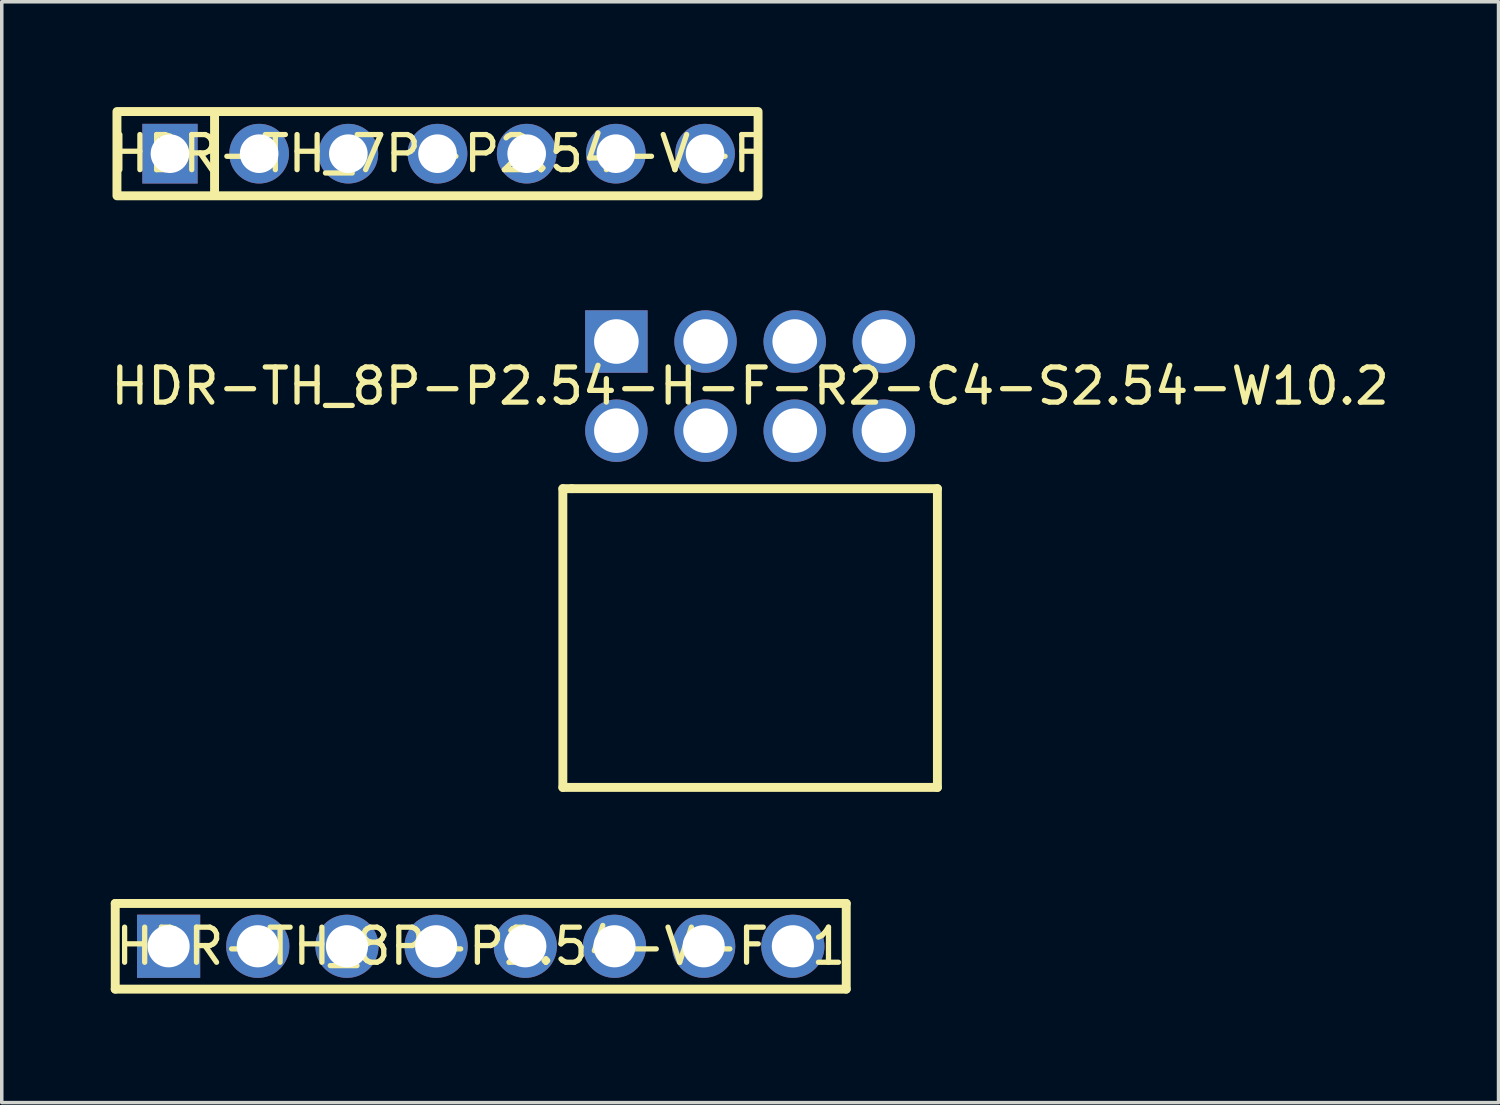
<source format=kicad_pcb>
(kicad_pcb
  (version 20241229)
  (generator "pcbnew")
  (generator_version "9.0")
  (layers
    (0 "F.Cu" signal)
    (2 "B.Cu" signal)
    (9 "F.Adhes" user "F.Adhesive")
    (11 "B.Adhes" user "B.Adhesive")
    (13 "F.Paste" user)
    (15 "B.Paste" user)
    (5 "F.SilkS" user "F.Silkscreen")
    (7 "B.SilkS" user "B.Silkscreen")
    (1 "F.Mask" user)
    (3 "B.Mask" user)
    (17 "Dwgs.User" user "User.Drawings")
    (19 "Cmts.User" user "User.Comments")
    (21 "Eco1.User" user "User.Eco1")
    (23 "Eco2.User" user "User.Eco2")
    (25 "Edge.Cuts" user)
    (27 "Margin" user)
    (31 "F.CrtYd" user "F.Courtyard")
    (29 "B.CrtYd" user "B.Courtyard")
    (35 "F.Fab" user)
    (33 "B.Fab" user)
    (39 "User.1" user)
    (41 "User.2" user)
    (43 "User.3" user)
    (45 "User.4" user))
  (footprint "HDR-TH_8P-P2.54-H-F-R2-C4-S2.54-W10.2"
    (layer "F.Cu")
    (at 18.315 7.947)
    (property "Reference" "HDR-TH_8P-P2.54-H-F-R2-C4-S2.54-W10.2" (at 0 0 0) (layer "F.SilkS") (effects (font (size 1 1) (thickness 0.15))))
    (fp_line (start -5.334 2.921) (end -5.08 2.921) (stroke (width 0.254) (type default)) (layer "F.SilkS"))
    (fp_line (start -5.334 11.43) (end -5.334 2.921) (stroke (width 0.254) (type default)) (layer "F.SilkS"))
    (fp_line (start -5.08 2.921) (end 5.334 2.921) (stroke (width 0.254) (type default)) (layer "F.SilkS"))
    (fp_line (start 5.334 2.921) (end 5.334 11.43) (stroke (width 0.254) (type default)) (layer "F.SilkS"))
    (fp_line (start 5.334 11.43) (end -5.334 11.43) (stroke (width 0.254) (type default)) (layer "F.SilkS"))
    (fp_poly (pts (xy -3.28 -1.34) (xy -3.316 -1.475) (xy -3.386 -1.596) (xy -3.484 -1.694) (xy -3.605 -1.764) (xy -3.74 -1.8) (xy -3.88 -1.8) (xy -4.015 -1.764) (xy -4.136 -1.694) (xy -4.234 -1.596) (xy -4.304 -1.475) (xy -4.34 -1.34) (xy -4.34 -1.2) (xy -4.304 -1.065) (xy -4.234 -0.944) (xy -4.136 -0.846) (xy -4.015 -0.776) (xy -3.88 -0.74) (xy -3.74 -0.74) (xy -3.605 -0.776) (xy -3.484 -0.846) (xy -3.386 -0.944) (xy -3.316 -1.065) (xy -3.28 -1.2)) (stroke (width 0.1) (type default)) (fill no) (layer "User.1"))
    (fp_poly (pts (xy -3.28 1.2) (xy -3.316 1.065) (xy -3.386 0.944) (xy -3.484 0.846) (xy -3.605 0.776) (xy -3.74 0.74) (xy -3.88 0.74) (xy -4.015 0.776) (xy -4.136 0.846) (xy -4.234 0.944) (xy -4.304 1.065) (xy -4.34 1.2) (xy -4.34 1.34) (xy -4.304 1.475) (xy -4.234 1.596) (xy -4.136 1.694) (xy -4.015 1.764) (xy -3.88 1.8) (xy -3.74 1.8) (xy -3.605 1.764) (xy -3.484 1.694) (xy -3.386 1.596) (xy -3.316 1.475) (xy -3.28 1.34)) (stroke (width 0.1) (type default)) (fill no) (layer "User.1"))
    (fp_poly (pts (xy -0.74 -1.34) (xy -0.776 -1.475) (xy -0.846 -1.596) (xy -0.944 -1.694) (xy -1.065 -1.764) (xy -1.2 -1.8) (xy -1.34 -1.8) (xy -1.475 -1.764) (xy -1.596 -1.694) (xy -1.694 -1.596) (xy -1.764 -1.475) (xy -1.8 -1.34) (xy -1.8 -1.2) (xy -1.764 -1.065) (xy -1.694 -0.944) (xy -1.596 -0.846) (xy -1.475 -0.776) (xy -1.34 -0.74) (xy -1.2 -0.74) (xy -1.065 -0.776) (xy -0.944 -0.846) (xy -0.846 -0.944) (xy -0.776 -1.065) (xy -0.74 -1.2)) (stroke (width 0.1) (type default)) (fill no) (layer "User.1"))
    (fp_poly (pts (xy -0.74 1.2) (xy -0.776 1.065) (xy -0.846 0.944) (xy -0.944 0.846) (xy -1.065 0.776) (xy -1.2 0.74) (xy -1.34 0.74) (xy -1.475 0.776) (xy -1.596 0.846) (xy -1.694 0.944) (xy -1.764 1.065) (xy -1.8 1.2) (xy -1.8 1.34) (xy -1.764 1.475) (xy -1.694 1.596) (xy -1.596 1.694) (xy -1.475 1.764) (xy -1.34 1.8) (xy -1.2 1.8) (xy -1.065 1.764) (xy -0.944 1.694) (xy -0.846 1.596) (xy -0.776 1.475) (xy -0.74 1.34)) (stroke (width 0.1) (type default)) (fill no) (layer "User.1"))
    (fp_poly (pts (xy 1.8 -1.34) (xy 1.764 -1.475) (xy 1.694 -1.596) (xy 1.596 -1.694) (xy 1.475 -1.764) (xy 1.34 -1.8) (xy 1.2 -1.8) (xy 1.065 -1.764) (xy 0.944 -1.694) (xy 0.846 -1.596) (xy 0.776 -1.475) (xy 0.74 -1.34) (xy 0.74 -1.2) (xy 0.776 -1.065) (xy 0.846 -0.944) (xy 0.944 -0.846) (xy 1.065 -0.776) (xy 1.2 -0.74) (xy 1.34 -0.74) (xy 1.475 -0.776) (xy 1.596 -0.846) (xy 1.694 -0.944) (xy 1.764 -1.065) (xy 1.8 -1.2)) (stroke (width 0.1) (type default)) (fill no) (layer "User.1"))
    (fp_poly (pts (xy 1.8 1.2) (xy 1.764 1.065) (xy 1.694 0.944) (xy 1.596 0.846) (xy 1.475 0.776) (xy 1.34 0.74) (xy 1.2 0.74) (xy 1.065 0.776) (xy 0.944 0.846) (xy 0.846 0.944) (xy 0.776 1.065) (xy 0.74 1.2) (xy 0.74 1.34) (xy 0.776 1.475) (xy 0.846 1.596) (xy 0.944 1.694) (xy 1.065 1.764) (xy 1.2 1.8) (xy 1.34 1.8) (xy 1.475 1.764) (xy 1.596 1.694) (xy 1.694 1.596) (xy 1.764 1.475) (xy 1.8 1.34)) (stroke (width 0.1) (type default)) (fill no) (layer "User.1"))
    (fp_poly (pts (xy 4.34 -1.34) (xy 4.304 -1.475) (xy 4.234 -1.596) (xy 4.136 -1.694) (xy 4.015 -1.764) (xy 3.88 -1.8) (xy 3.74 -1.8) (xy 3.605 -1.764) (xy 3.484 -1.694) (xy 3.386 -1.596) (xy 3.316 -1.475) (xy 3.28 -1.34) (xy 3.28 -1.2) (xy 3.316 -1.065) (xy 3.386 -0.944) (xy 3.484 -0.846) (xy 3.605 -0.776) (xy 3.74 -0.74) (xy 3.88 -0.74) (xy 4.015 -0.776) (xy 4.136 -0.846) (xy 4.234 -0.944) (xy 4.304 -1.065) (xy 4.34 -1.2)) (stroke (width 0.1) (type default)) (fill no) (layer "User.1"))
    (fp_poly (pts (xy 4.34 1.2) (xy 4.304 1.065) (xy 4.234 0.944) (xy 4.136 0.846) (xy 4.015 0.776) (xy 3.88 0.74) (xy 3.74 0.74) (xy 3.605 0.776) (xy 3.484 0.846) (xy 3.386 0.944) (xy 3.316 1.065) (xy 3.28 1.2) (xy 3.28 1.34) (xy 3.316 1.475) (xy 3.386 1.596) (xy 3.484 1.694) (xy 3.605 1.764) (xy 3.74 1.8) (xy 3.88 1.8) (xy 4.015 1.764) (xy 4.136 1.694) (xy 4.234 1.596) (xy 4.304 1.475) (xy 4.34 1.34)) (stroke (width 0.1) (type default)) (fill no) (layer "User.1"))
    (fp_line (start -5.461 -2.159) (end 5.461 -2.159) (stroke (width 0.051) (type default)) (layer "User.2"))
    (fp_line (start -5.461 11.557) (end -5.461 -2.159) (stroke (width 0.051) (type default)) (layer "User.2"))
    (fp_line (start 5.461 -2.159) (end 5.461 11.557) (stroke (width 0.051) (type default)) (layer "User.2"))
    (fp_line (start 5.461 11.557) (end -5.461 11.557) (stroke (width 0.051) (type default)) (layer "User.2"))
    (fp_poly (pts (xy -5.406 -2.182) (xy -5.438 -2.214) (xy -5.484 -2.214) (xy -5.516 -2.182) (xy -5.516 -2.136) (xy -5.484 -2.104) (xy -5.438 -2.104) (xy -5.406 -2.136)) (stroke (width 0.1) (type default)) (fill no) (layer "User.3"))
    (pad "1" thru_hole rect (at -3.81 -1.27) (size 1.778 1.778) (drill 1.27) (layers "*.Cu" "*.Mask"))
    (pad "2" thru_hole circle (at -3.81 1.27) (size 1.778 1.778) (drill 1.27) (layers "*.Cu" "*.Mask"))
    (pad "3" thru_hole circle (at -1.27 -1.27) (size 1.778 1.778) (drill 1.27) (layers "*.Cu" "*.Mask"))
    (pad "4" thru_hole circle (at -1.27 1.27) (size 1.778 1.778) (drill 1.27) (layers "*.Cu" "*.Mask"))
    (pad "5" thru_hole circle (at 1.27 -1.27) (size 1.778 1.778) (drill 1.27) (layers "*.Cu" "*.Mask"))
    (pad "6" thru_hole circle (at 1.27 1.27) (size 1.778 1.778) (drill 1.27) (layers "*.Cu" "*.Mask"))
    (pad "7" thru_hole circle (at 3.81 -1.27) (size 1.778 1.778) (drill 1.27) (layers "*.Cu" "*.Mask"))
    (pad "8" thru_hole circle (at 3.81 1.27) (size 1.778 1.778) (drill 1.27) (layers "*.Cu" "*.Mask")))
  (footprint "HDR-TH_8P-P2.54-V-F-1"
    (layer "F.Cu")
    (at 10.642 23.902)
    (property "Reference" "HDR-TH_8P-P2.54-V-F-1" (at 0 0 0) (layer "F.SilkS") (effects (font (size 1 1) (thickness 0.15))))
    (fp_line (start -10.41 -1.22) (end 10.41 -1.22) (stroke (width 0.254) (type default)) (layer "F.SilkS"))
    (fp_line (start -10.41 1.22) (end -10.41 -1.22) (stroke (width 0.254) (type default)) (layer "F.SilkS"))
    (fp_line (start 10.41 -1.22) (end 10.41 1.22) (stroke (width 0.254) (type default)) (layer "F.SilkS"))
    (fp_line (start 10.41 1.22) (end -10.41 1.22) (stroke (width 0.254) (type default)) (layer "F.SilkS"))
    (fp_poly (pts (xy -8.394 -0.065) (xy -8.428 -0.191) (xy -8.493 -0.304) (xy -8.586 -0.397) (xy -8.699 -0.462) (xy -8.825 -0.496) (xy -8.955 -0.496) (xy -9.081 -0.462) (xy -9.194 -0.397) (xy -9.287 -0.304) (xy -9.352 -0.191) (xy -9.386 -0.065) (xy -9.386 0.065) (xy -9.352 0.191) (xy -9.287 0.304) (xy -9.194 0.397) (xy -9.081 0.462) (xy -8.955 0.496) (xy -8.825 0.496) (xy -8.699 0.462) (xy -8.586 0.397) (xy -8.493 0.304) (xy -8.428 0.191) (xy -8.394 0.065)) (stroke (width 0.1) (type default)) (fill no) (layer "User.1"))
    (fp_poly (pts (xy -5.854 -0.065) (xy -5.888 -0.191) (xy -5.953 -0.304) (xy -6.046 -0.397) (xy -6.159 -0.462) (xy -6.285 -0.496) (xy -6.415 -0.496) (xy -6.541 -0.462) (xy -6.654 -0.397) (xy -6.747 -0.304) (xy -6.812 -0.191) (xy -6.846 -0.065) (xy -6.846 0.065) (xy -6.812 0.191) (xy -6.747 0.304) (xy -6.654 0.397) (xy -6.541 0.462) (xy -6.415 0.496) (xy -6.285 0.496) (xy -6.159 0.462) (xy -6.046 0.397) (xy -5.953 0.304) (xy -5.888 0.191) (xy -5.854 0.065)) (stroke (width 0.1) (type default)) (fill no) (layer "User.1"))
    (fp_poly (pts (xy -3.314 -0.065) (xy -3.348 -0.191) (xy -3.413 -0.304) (xy -3.506 -0.397) (xy -3.619 -0.462) (xy -3.745 -0.496) (xy -3.875 -0.496) (xy -4.001 -0.462) (xy -4.114 -0.397) (xy -4.207 -0.304) (xy -4.272 -0.191) (xy -4.306 -0.065) (xy -4.306 0.065) (xy -4.272 0.191) (xy -4.207 0.304) (xy -4.114 0.397) (xy -4.001 0.462) (xy -3.875 0.496) (xy -3.745 0.496) (xy -3.619 0.462) (xy -3.506 0.397) (xy -3.413 0.304) (xy -3.348 0.191) (xy -3.314 0.065)) (stroke (width 0.1) (type default)) (fill no) (layer "User.1"))
    (fp_poly (pts (xy -0.774 -0.065) (xy -0.808 -0.191) (xy -0.873 -0.304) (xy -0.966 -0.397) (xy -1.079 -0.462) (xy -1.205 -0.496) (xy -1.335 -0.496) (xy -1.461 -0.462) (xy -1.574 -0.397) (xy -1.667 -0.304) (xy -1.732 -0.191) (xy -1.766 -0.065) (xy -1.766 0.065) (xy -1.732 0.191) (xy -1.667 0.304) (xy -1.574 0.397) (xy -1.461 0.462) (xy -1.335 0.496) (xy -1.205 0.496) (xy -1.079 0.462) (xy -0.966 0.397) (xy -0.873 0.304) (xy -0.808 0.191) (xy -0.774 0.065)) (stroke (width 0.1) (type default)) (fill no) (layer "User.1"))
    (fp_poly (pts (xy 1.766 -0.065) (xy 1.732 -0.191) (xy 1.667 -0.304) (xy 1.574 -0.397) (xy 1.461 -0.462) (xy 1.335 -0.496) (xy 1.205 -0.496) (xy 1.079 -0.462) (xy 0.966 -0.397) (xy 0.873 -0.304) (xy 0.808 -0.191) (xy 0.774 -0.065) (xy 0.774 0.065) (xy 0.808 0.191) (xy 0.873 0.304) (xy 0.966 0.397) (xy 1.079 0.462) (xy 1.205 0.496) (xy 1.335 0.496) (xy 1.461 0.462) (xy 1.574 0.397) (xy 1.667 0.304) (xy 1.732 0.191) (xy 1.766 0.065)) (stroke (width 0.1) (type default)) (fill no) (layer "User.1"))
    (fp_poly (pts (xy 4.306 -0.065) (xy 4.272 -0.191) (xy 4.207 -0.304) (xy 4.114 -0.397) (xy 4.001 -0.462) (xy 3.875 -0.496) (xy 3.745 -0.496) (xy 3.619 -0.462) (xy 3.506 -0.397) (xy 3.413 -0.304) (xy 3.348 -0.191) (xy 3.314 -0.065) (xy 3.314 0.065) (xy 3.348 0.191) (xy 3.413 0.304) (xy 3.506 0.397) (xy 3.619 0.462) (xy 3.745 0.496) (xy 3.875 0.496) (xy 4.001 0.462) (xy 4.114 0.397) (xy 4.207 0.304) (xy 4.272 0.191) (xy 4.306 0.065)) (stroke (width 0.1) (type default)) (fill no) (layer "User.1"))
    (fp_poly (pts (xy 6.846 -0.065) (xy 6.812 -0.191) (xy 6.747 -0.304) (xy 6.654 -0.397) (xy 6.541 -0.462) (xy 6.415 -0.496) (xy 6.285 -0.496) (xy 6.159 -0.462) (xy 6.046 -0.397) (xy 5.953 -0.304) (xy 5.888 -0.191) (xy 5.854 -0.065) (xy 5.854 0.065) (xy 5.888 0.191) (xy 5.953 0.304) (xy 6.046 0.397) (xy 6.159 0.462) (xy 6.285 0.496) (xy 6.415 0.496) (xy 6.541 0.462) (xy 6.654 0.397) (xy 6.747 0.304) (xy 6.812 0.191) (xy 6.846 0.065)) (stroke (width 0.1) (type default)) (fill no) (layer "User.1"))
    (fp_poly (pts (xy 9.386 -0.065) (xy 9.352 -0.191) (xy 9.287 -0.304) (xy 9.194 -0.397) (xy 9.081 -0.462) (xy 8.955 -0.496) (xy 8.825 -0.496) (xy 8.699 -0.462) (xy 8.586 -0.397) (xy 8.493 -0.304) (xy 8.428 -0.191) (xy 8.394 -0.065) (xy 8.394 0.065) (xy 8.428 0.191) (xy 8.493 0.304) (xy 8.586 0.397) (xy 8.699 0.462) (xy 8.825 0.496) (xy 8.955 0.496) (xy 9.081 0.462) (xy 9.194 0.397) (xy 9.287 0.304) (xy 9.352 0.191) (xy 9.386 0.065)) (stroke (width 0.1) (type default)) (fill no) (layer "User.1"))
    (fp_line (start -10.537 -1.347) (end 10.537 -1.347) (stroke (width 0.051) (type default)) (layer "User.2"))
    (fp_line (start -10.537 1.347) (end -10.537 -1.347) (stroke (width 0.051) (type default)) (layer "User.2"))
    (fp_line (start 10.537 -1.347) (end 10.537 1.347) (stroke (width 0.051) (type default)) (layer "User.2"))
    (fp_line (start 10.537 1.347) (end -10.537 1.347) (stroke (width 0.051) (type default)) (layer "User.2"))
    (fp_poly (pts (xy -10.482 1.324) (xy -10.514 1.292) (xy -10.56 1.292) (xy -10.592 1.324) (xy -10.592 1.37) (xy -10.56 1.402) (xy -10.514 1.402) (xy -10.482 1.37)) (stroke (width 0.1) (type default)) (fill no) (layer "User.3"))
    (pad "1" thru_hole rect (at -8.89 0) (size 1.8 1.8) (drill 1.2) (layers "*.Cu" "*.Mask"))
    (pad "2" thru_hole circle (at -6.35 0) (size 1.8 1.8) (drill 1.2) (layers "*.Cu" "*.Mask"))
    (pad "3" thru_hole circle (at -3.81 0) (size 1.8 1.8) (drill 1.2) (layers "*.Cu" "*.Mask"))
    (pad "4" thru_hole circle (at -1.27 0) (size 1.8 1.8) (drill 1.2) (layers "*.Cu" "*.Mask"))
    (pad "5" thru_hole circle (at 1.27 0) (size 1.8 1.8) (drill 1.2) (layers "*.Cu" "*.Mask"))
    (pad "6" thru_hole circle (at 3.81 0) (size 1.8 1.8) (drill 1.2) (layers "*.Cu" "*.Mask"))
    (pad "7" thru_hole circle (at 6.35 0) (size 1.8 1.8) (drill 1.2) (layers "*.Cu" "*.Mask"))
    (pad "8" thru_hole circle (at 8.89 0) (size 1.8 1.8) (drill 1.2) (layers "*.Cu" "*.Mask")))
  (footprint "HDR-TH_7P-P2.54-V-F"
    (layer "F.Cu")
    (at 9.411 1.327)
    (property "Reference" "HDR-TH_7P-P2.54-V-F" (at 0 0 0) (layer "F.SilkS") (effects (font (size 1 1) (thickness 0.15))))
    (fp_line (start -6.35 -1.143) (end -6.35 1.143) (stroke (width 0.254) (type default)) (layer "F.SilkS"))
    (fp_rect (start -9.13 -1.2) (end 9.13 1.2) (stroke (width 0.254) (type default)) (fill no) (layer "F.SilkS"))
    (fp_poly (pts (xy -7.94 0.2) (xy -7.94 -0.2) (xy -7.3 -0.2) (xy -7.3 0.2)) (stroke (width 0.1) (type default)) (fill no) (layer "User.1"))
    (fp_poly (pts (xy -5.4 -0.2) (xy -4.76 -0.2) (xy -4.76 0.2) (xy -5.4 0.2)) (stroke (width 0.1) (type default)) (fill no) (layer "User.1"))
    (fp_poly (pts (xy -2.86 -0.2) (xy -2.22 -0.2) (xy -2.22 0.2) (xy -2.86 0.2)) (stroke (width 0.1) (type default)) (fill no) (layer "User.1"))
    (fp_poly (pts (xy -0.32 -0.2) (xy 0.32 -0.2) (xy 0.32 0.2) (xy -0.32 0.2)) (stroke (width 0.1) (type default)) (fill no) (layer "User.1"))
    (fp_poly (pts (xy 2.22 -0.2) (xy 2.86 -0.2) (xy 2.86 0.2) (xy 2.22 0.2)) (stroke (width 0.1) (type default)) (fill no) (layer "User.1"))
    (fp_poly (pts (xy 4.76 -0.2) (xy 5.4 -0.2) (xy 5.4 0.2) (xy 4.76 0.2)) (stroke (width 0.1) (type default)) (fill no) (layer "User.1"))
    (fp_poly (pts (xy 7.3 -0.2) (xy 7.94 -0.2) (xy 7.94 0.2) (xy 7.3 0.2)) (stroke (width 0.1) (type default)) (fill no) (layer "User.1"))
    (fp_line (start -9.14 -1.25) (end 9.14 -1.25) (stroke (width 0.051) (type default)) (layer "User.2"))
    (fp_line (start -9.14 1.25) (end -9.14 -1.25) (stroke (width 0.051) (type default)) (layer "User.2"))
    (fp_line (start 9.14 -1.25) (end 9.14 1.25) (stroke (width 0.051) (type default)) (layer "User.2"))
    (fp_line (start 9.14 1.25) (end -9.14 1.25) (stroke (width 0.051) (type default)) (layer "User.2"))
    (fp_poly (pts (xy -9.085 1.227) (xy -9.117 1.195) (xy -9.163 1.195) (xy -9.195 1.227) (xy -9.195 1.273) (xy -9.163 1.305) (xy -9.117 1.305) (xy -9.085 1.273)) (stroke (width 0.1) (type default)) (fill no) (layer "User.3"))
    (pad "1" thru_hole rect (at -7.62 0) (size 1.575 1.7) (drill 1.1) (layers "*.Cu" "*.Mask"))
    (pad "2" thru_hole circle (at -5.08 0) (size 1.7 1.7) (drill 1.1) (layers "*.Cu" "*.Mask"))
    (pad "3" thru_hole circle (at -2.54 0) (size 1.7 1.7) (drill 1.1) (layers "*.Cu" "*.Mask"))
    (pad "4" thru_hole circle (at 0 0) (size 1.7 1.7) (drill 1.1) (layers "*.Cu" "*.Mask"))
    (pad "5" thru_hole circle (at 2.54 0) (size 1.7 1.7) (drill 1.1) (layers "*.Cu" "*.Mask"))
    (pad "6" thru_hole circle (at 5.08 0) (size 1.7 1.7) (drill 1.1) (layers "*.Cu" "*.Mask"))
    (pad "7" thru_hole circle (at 7.62 0) (size 1.7 1.7) (drill 1.1) (layers "*.Cu" "*.Mask")))
  (gr_rect
    (start -3 -3)
    (end 39.631 28.354)
    (stroke (width 0.1) (type default))
    (fill no)
    (layer "Edge.Cuts")))
</source>
